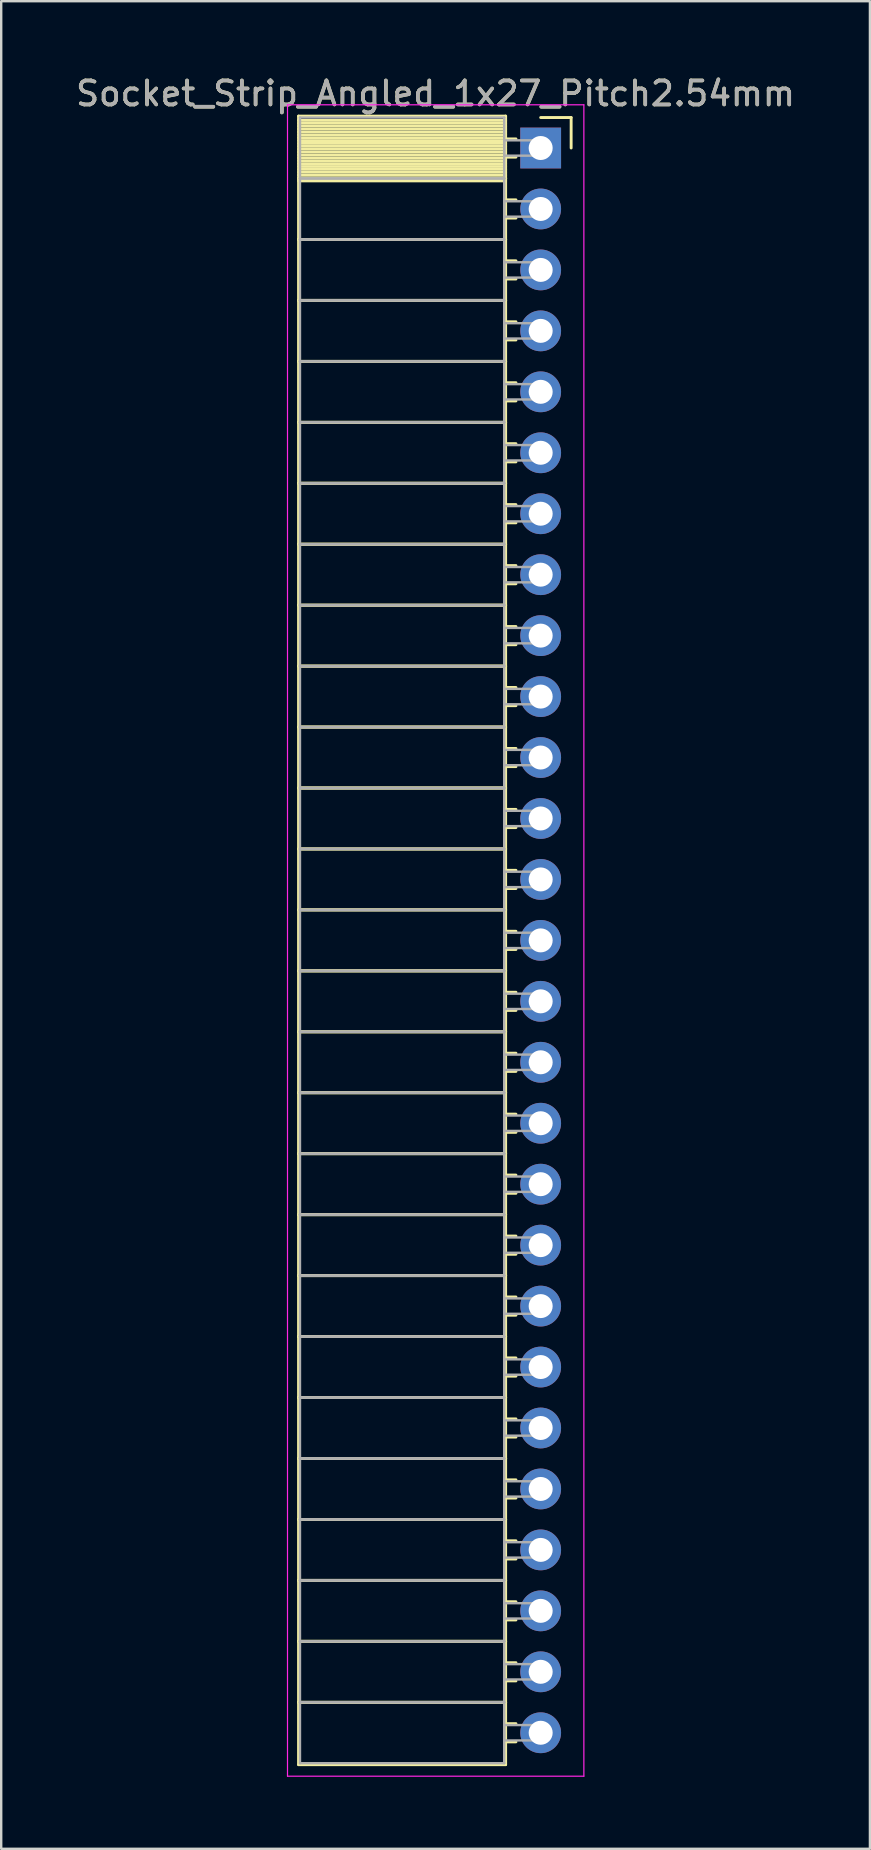
<source format=kicad_pcb>
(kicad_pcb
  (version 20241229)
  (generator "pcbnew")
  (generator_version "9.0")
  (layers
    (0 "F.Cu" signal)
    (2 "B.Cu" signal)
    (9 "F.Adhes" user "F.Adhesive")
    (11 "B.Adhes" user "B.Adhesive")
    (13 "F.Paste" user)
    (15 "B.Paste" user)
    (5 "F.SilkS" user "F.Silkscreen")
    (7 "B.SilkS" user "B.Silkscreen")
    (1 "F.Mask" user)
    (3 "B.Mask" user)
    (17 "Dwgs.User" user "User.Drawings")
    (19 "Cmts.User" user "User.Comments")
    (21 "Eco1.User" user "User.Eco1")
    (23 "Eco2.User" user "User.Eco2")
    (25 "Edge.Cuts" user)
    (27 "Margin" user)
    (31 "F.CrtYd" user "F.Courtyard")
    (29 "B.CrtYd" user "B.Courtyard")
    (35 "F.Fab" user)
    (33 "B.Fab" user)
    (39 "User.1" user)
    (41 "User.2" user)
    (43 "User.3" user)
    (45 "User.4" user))
  (footprint "Socket_Strip_Angled_1x27_Pitch2.54mm"
    (layer "F.Cu")
    (at 19.481 3.118)
    (property "Reference" "Socket_Strip_Angled_1x27_Pitch2.54mm" (at -4.38 -2.27 0) (layer "F.SilkS") (effects (font (size 1 1) (thickness 0.15))))
    (attr through_hole)
    (fp_line (start -10.09 -1.33) (end -1.46 -1.33) (stroke (width 0.12) (type solid)) (layer "F.SilkS"))
    (fp_line (start -10.09 1.27) (end -10.09 -1.33) (stroke (width 0.12) (type solid)) (layer "F.SilkS"))
    (fp_line (start -10.09 1.27) (end -1.46 1.27) (stroke (width 0.12) (type solid)) (layer "F.SilkS"))
    (fp_line (start -10.09 3.81) (end -10.09 1.27) (stroke (width 0.12) (type solid)) (layer "F.SilkS"))
    (fp_line (start -10.09 3.81) (end -1.46 3.81) (stroke (width 0.12) (type solid)) (layer "F.SilkS"))
    (fp_line (start -10.09 6.35) (end -10.09 3.81) (stroke (width 0.12) (type solid)) (layer "F.SilkS"))
    (fp_line (start -10.09 6.35) (end -1.46 6.35) (stroke (width 0.12) (type solid)) (layer "F.SilkS"))
    (fp_line (start -10.09 8.89) (end -10.09 6.35) (stroke (width 0.12) (type solid)) (layer "F.SilkS"))
    (fp_line (start -10.09 8.89) (end -1.46 8.89) (stroke (width 0.12) (type solid)) (layer "F.SilkS"))
    (fp_line (start -10.09 11.43) (end -10.09 8.89) (stroke (width 0.12) (type solid)) (layer "F.SilkS"))
    (fp_line (start -10.09 11.43) (end -1.46 11.43) (stroke (width 0.12) (type solid)) (layer "F.SilkS"))
    (fp_line (start -10.09 13.97) (end -10.09 11.43) (stroke (width 0.12) (type solid)) (layer "F.SilkS"))
    (fp_line (start -10.09 13.97) (end -1.46 13.97) (stroke (width 0.12) (type solid)) (layer "F.SilkS"))
    (fp_line (start -10.09 16.51) (end -10.09 13.97) (stroke (width 0.12) (type solid)) (layer "F.SilkS"))
    (fp_line (start -10.09 16.51) (end -1.46 16.51) (stroke (width 0.12) (type solid)) (layer "F.SilkS"))
    (fp_line (start -10.09 19.05) (end -10.09 16.51) (stroke (width 0.12) (type solid)) (layer "F.SilkS"))
    (fp_line (start -10.09 19.05) (end -1.46 19.05) (stroke (width 0.12) (type solid)) (layer "F.SilkS"))
    (fp_line (start -10.09 21.59) (end -10.09 19.05) (stroke (width 0.12) (type solid)) (layer "F.SilkS"))
    (fp_line (start -10.09 21.59) (end -1.46 21.59) (stroke (width 0.12) (type solid)) (layer "F.SilkS"))
    (fp_line (start -10.09 24.13) (end -10.09 21.59) (stroke (width 0.12) (type solid)) (layer "F.SilkS"))
    (fp_line (start -10.09 24.13) (end -1.46 24.13) (stroke (width 0.12) (type solid)) (layer "F.SilkS"))
    (fp_line (start -10.09 26.67) (end -10.09 24.13) (stroke (width 0.12) (type solid)) (layer "F.SilkS"))
    (fp_line (start -10.09 26.67) (end -1.46 26.67) (stroke (width 0.12) (type solid)) (layer "F.SilkS"))
    (fp_line (start -10.09 29.21) (end -10.09 26.67) (stroke (width 0.12) (type solid)) (layer "F.SilkS"))
    (fp_line (start -10.09 29.21) (end -1.46 29.21) (stroke (width 0.12) (type solid)) (layer "F.SilkS"))
    (fp_line (start -10.09 31.75) (end -10.09 29.21) (stroke (width 0.12) (type solid)) (layer "F.SilkS"))
    (fp_line (start -10.09 31.75) (end -1.46 31.75) (stroke (width 0.12) (type solid)) (layer "F.SilkS"))
    (fp_line (start -10.09 34.29) (end -10.09 31.75) (stroke (width 0.12) (type solid)) (layer "F.SilkS"))
    (fp_line (start -10.09 34.29) (end -1.46 34.29) (stroke (width 0.12) (type solid)) (layer "F.SilkS"))
    (fp_line (start -10.09 36.83) (end -10.09 34.29) (stroke (width 0.12) (type solid)) (layer "F.SilkS"))
    (fp_line (start -10.09 36.83) (end -1.46 36.83) (stroke (width 0.12) (type solid)) (layer "F.SilkS"))
    (fp_line (start -10.09 39.37) (end -10.09 36.83) (stroke (width 0.12) (type solid)) (layer "F.SilkS"))
    (fp_line (start -10.09 39.37) (end -1.46 39.37) (stroke (width 0.12) (type solid)) (layer "F.SilkS"))
    (fp_line (start -10.09 41.91) (end -10.09 39.37) (stroke (width 0.12) (type solid)) (layer "F.SilkS"))
    (fp_line (start -10.09 41.91) (end -1.46 41.91) (stroke (width 0.12) (type solid)) (layer "F.SilkS"))
    (fp_line (start -10.09 44.45) (end -10.09 41.91) (stroke (width 0.12) (type solid)) (layer "F.SilkS"))
    (fp_line (start -10.09 44.45) (end -1.46 44.45) (stroke (width 0.12) (type solid)) (layer "F.SilkS"))
    (fp_line (start -10.09 46.99) (end -10.09 44.45) (stroke (width 0.12) (type solid)) (layer "F.SilkS"))
    (fp_line (start -10.09 46.99) (end -1.46 46.99) (stroke (width 0.12) (type solid)) (layer "F.SilkS"))
    (fp_line (start -10.09 49.53) (end -10.09 46.99) (stroke (width 0.12) (type solid)) (layer "F.SilkS"))
    (fp_line (start -10.09 49.53) (end -1.46 49.53) (stroke (width 0.12) (type solid)) (layer "F.SilkS"))
    (fp_line (start -10.09 52.07) (end -10.09 49.53) (stroke (width 0.12) (type solid)) (layer "F.SilkS"))
    (fp_line (start -10.09 52.07) (end -1.46 52.07) (stroke (width 0.12) (type solid)) (layer "F.SilkS"))
    (fp_line (start -10.09 54.61) (end -10.09 52.07) (stroke (width 0.12) (type solid)) (layer "F.SilkS"))
    (fp_line (start -10.09 54.61) (end -1.46 54.61) (stroke (width 0.12) (type solid)) (layer "F.SilkS"))
    (fp_line (start -10.09 57.15) (end -10.09 54.61) (stroke (width 0.12) (type solid)) (layer "F.SilkS"))
    (fp_line (start -10.09 57.15) (end -1.46 57.15) (stroke (width 0.12) (type solid)) (layer "F.SilkS"))
    (fp_line (start -10.09 59.69) (end -10.09 57.15) (stroke (width 0.12) (type solid)) (layer "F.SilkS"))
    (fp_line (start -10.09 59.69) (end -1.46 59.69) (stroke (width 0.12) (type solid)) (layer "F.SilkS"))
    (fp_line (start -10.09 62.23) (end -10.09 59.69) (stroke (width 0.12) (type solid)) (layer "F.SilkS"))
    (fp_line (start -10.09 62.23) (end -1.46 62.23) (stroke (width 0.12) (type solid)) (layer "F.SilkS"))
    (fp_line (start -10.09 64.77) (end -10.09 62.23) (stroke (width 0.12) (type solid)) (layer "F.SilkS"))
    (fp_line (start -10.09 64.77) (end -1.46 64.77) (stroke (width 0.12) (type solid)) (layer "F.SilkS"))
    (fp_line (start -10.09 67.37) (end -10.09 64.77) (stroke (width 0.12) (type solid)) (layer "F.SilkS"))
    (fp_line (start -1.46 -1.33) (end -1.46 1.27) (stroke (width 0.12) (type solid)) (layer "F.SilkS"))
    (fp_line (start -1.46 -1.15) (end -10.09 -1.15) (stroke (width 0.12) (type solid)) (layer "F.SilkS"))
    (fp_line (start -1.46 -1.03) (end -10.09 -1.03) (stroke (width 0.12) (type solid)) (layer "F.SilkS"))
    (fp_line (start -1.46 -0.91) (end -10.09 -0.91) (stroke (width 0.12) (type solid)) (layer "F.SilkS"))
    (fp_line (start -1.46 -0.79) (end -10.09 -0.79) (stroke (width 0.12) (type solid)) (layer "F.SilkS"))
    (fp_line (start -1.46 -0.67) (end -10.09 -0.67) (stroke (width 0.12) (type solid)) (layer "F.SilkS"))
    (fp_line (start -1.46 -0.55) (end -10.09 -0.55) (stroke (width 0.12) (type solid)) (layer "F.SilkS"))
    (fp_line (start -1.46 -0.43) (end -10.09 -0.43) (stroke (width 0.12) (type solid)) (layer "F.SilkS"))
    (fp_line (start -1.46 -0.31) (end -10.09 -0.31) (stroke (width 0.12) (type solid)) (layer "F.SilkS"))
    (fp_line (start -1.46 -0.19) (end -10.09 -0.19) (stroke (width 0.12) (type solid)) (layer "F.SilkS"))
    (fp_line (start -1.46 -0.07) (end -10.09 -0.07) (stroke (width 0.12) (type solid)) (layer "F.SilkS"))
    (fp_line (start -1.46 0.05) (end -10.09 0.05) (stroke (width 0.12) (type solid)) (layer "F.SilkS"))
    (fp_line (start -1.46 0.17) (end -10.09 0.17) (stroke (width 0.12) (type solid)) (layer "F.SilkS"))
    (fp_line (start -1.46 0.29) (end -10.09 0.29) (stroke (width 0.12) (type solid)) (layer "F.SilkS"))
    (fp_line (start -1.46 0.41) (end -10.09 0.41) (stroke (width 0.12) (type solid)) (layer "F.SilkS"))
    (fp_line (start -1.46 0.53) (end -10.09 0.53) (stroke (width 0.12) (type solid)) (layer "F.SilkS"))
    (fp_line (start -1.46 0.65) (end -10.09 0.65) (stroke (width 0.12) (type solid)) (layer "F.SilkS"))
    (fp_line (start -1.46 0.77) (end -10.09 0.77) (stroke (width 0.12) (type solid)) (layer "F.SilkS"))
    (fp_line (start -1.46 0.89) (end -10.09 0.89) (stroke (width 0.12) (type solid)) (layer "F.SilkS"))
    (fp_line (start -1.46 1.01) (end -10.09 1.01) (stroke (width 0.12) (type solid)) (layer "F.SilkS"))
    (fp_line (start -1.46 1.13) (end -10.09 1.13) (stroke (width 0.12) (type solid)) (layer "F.SilkS"))
    (fp_line (start -1.46 1.25) (end -10.09 1.25) (stroke (width 0.12) (type solid)) (layer "F.SilkS"))
    (fp_line (start -1.46 1.27) (end -10.09 1.27) (stroke (width 0.12) (type solid)) (layer "F.SilkS"))
    (fp_line (start -1.46 1.27) (end -1.46 3.81) (stroke (width 0.12) (type solid)) (layer "F.SilkS"))
    (fp_line (start -1.46 1.37) (end -10.09 1.37) (stroke (width 0.12) (type solid)) (layer "F.SilkS"))
    (fp_line (start -1.46 3.81) (end -10.09 3.81) (stroke (width 0.12) (type solid)) (layer "F.SilkS"))
    (fp_line (start -1.46 3.81) (end -1.46 6.35) (stroke (width 0.12) (type solid)) (layer "F.SilkS"))
    (fp_line (start -1.46 6.35) (end -10.09 6.35) (stroke (width 0.12) (type solid)) (layer "F.SilkS"))
    (fp_line (start -1.46 6.35) (end -1.46 8.89) (stroke (width 0.12) (type solid)) (layer "F.SilkS"))
    (fp_line (start -1.46 8.89) (end -10.09 8.89) (stroke (width 0.12) (type solid)) (layer "F.SilkS"))
    (fp_line (start -1.46 8.89) (end -1.46 11.43) (stroke (width 0.12) (type solid)) (layer "F.SilkS"))
    (fp_line (start -1.46 11.43) (end -10.09 11.43) (stroke (width 0.12) (type solid)) (layer "F.SilkS"))
    (fp_line (start -1.46 11.43) (end -1.46 13.97) (stroke (width 0.12) (type solid)) (layer "F.SilkS"))
    (fp_line (start -1.46 13.97) (end -10.09 13.97) (stroke (width 0.12) (type solid)) (layer "F.SilkS"))
    (fp_line (start -1.46 13.97) (end -1.46 16.51) (stroke (width 0.12) (type solid)) (layer "F.SilkS"))
    (fp_line (start -1.46 16.51) (end -10.09 16.51) (stroke (width 0.12) (type solid)) (layer "F.SilkS"))
    (fp_line (start -1.46 16.51) (end -1.46 19.05) (stroke (width 0.12) (type solid)) (layer "F.SilkS"))
    (fp_line (start -1.46 19.05) (end -10.09 19.05) (stroke (width 0.12) (type solid)) (layer "F.SilkS"))
    (fp_line (start -1.46 19.05) (end -1.46 21.59) (stroke (width 0.12) (type solid)) (layer "F.SilkS"))
    (fp_line (start -1.46 21.59) (end -10.09 21.59) (stroke (width 0.12) (type solid)) (layer "F.SilkS"))
    (fp_line (start -1.46 21.59) (end -1.46 24.13) (stroke (width 0.12) (type solid)) (layer "F.SilkS"))
    (fp_line (start -1.46 24.13) (end -10.09 24.13) (stroke (width 0.12) (type solid)) (layer "F.SilkS"))
    (fp_line (start -1.46 24.13) (end -1.46 26.67) (stroke (width 0.12) (type solid)) (layer "F.SilkS"))
    (fp_line (start -1.46 26.67) (end -10.09 26.67) (stroke (width 0.12) (type solid)) (layer "F.SilkS"))
    (fp_line (start -1.46 26.67) (end -1.46 29.21) (stroke (width 0.12) (type solid)) (layer "F.SilkS"))
    (fp_line (start -1.46 29.21) (end -10.09 29.21) (stroke (width 0.12) (type solid)) (layer "F.SilkS"))
    (fp_line (start -1.46 29.21) (end -1.46 31.75) (stroke (width 0.12) (type solid)) (layer "F.SilkS"))
    (fp_line (start -1.46 31.75) (end -10.09 31.75) (stroke (width 0.12) (type solid)) (layer "F.SilkS"))
    (fp_line (start -1.46 31.75) (end -1.46 34.29) (stroke (width 0.12) (type solid)) (layer "F.SilkS"))
    (fp_line (start -1.46 34.29) (end -10.09 34.29) (stroke (width 0.12) (type solid)) (layer "F.SilkS"))
    (fp_line (start -1.46 34.29) (end -1.46 36.83) (stroke (width 0.12) (type solid)) (layer "F.SilkS"))
    (fp_line (start -1.46 36.83) (end -10.09 36.83) (stroke (width 0.12) (type solid)) (layer "F.SilkS"))
    (fp_line (start -1.46 36.83) (end -1.46 39.37) (stroke (width 0.12) (type solid)) (layer "F.SilkS"))
    (fp_line (start -1.46 39.37) (end -10.09 39.37) (stroke (width 0.12) (type solid)) (layer "F.SilkS"))
    (fp_line (start -1.46 39.37) (end -1.46 41.91) (stroke (width 0.12) (type solid)) (layer "F.SilkS"))
    (fp_line (start -1.46 41.91) (end -10.09 41.91) (stroke (width 0.12) (type solid)) (layer "F.SilkS"))
    (fp_line (start -1.46 41.91) (end -1.46 44.45) (stroke (width 0.12) (type solid)) (layer "F.SilkS"))
    (fp_line (start -1.46 44.45) (end -10.09 44.45) (stroke (width 0.12) (type solid)) (layer "F.SilkS"))
    (fp_line (start -1.46 44.45) (end -1.46 46.99) (stroke (width 0.12) (type solid)) (layer "F.SilkS"))
    (fp_line (start -1.46 46.99) (end -10.09 46.99) (stroke (width 0.12) (type solid)) (layer "F.SilkS"))
    (fp_line (start -1.46 46.99) (end -1.46 49.53) (stroke (width 0.12) (type solid)) (layer "F.SilkS"))
    (fp_line (start -1.46 49.53) (end -10.09 49.53) (stroke (width 0.12) (type solid)) (layer "F.SilkS"))
    (fp_line (start -1.46 49.53) (end -1.46 52.07) (stroke (width 0.12) (type solid)) (layer "F.SilkS"))
    (fp_line (start -1.46 52.07) (end -10.09 52.07) (stroke (width 0.12) (type solid)) (layer "F.SilkS"))
    (fp_line (start -1.46 52.07) (end -1.46 54.61) (stroke (width 0.12) (type solid)) (layer "F.SilkS"))
    (fp_line (start -1.46 54.61) (end -10.09 54.61) (stroke (width 0.12) (type solid)) (layer "F.SilkS"))
    (fp_line (start -1.46 54.61) (end -1.46 57.15) (stroke (width 0.12) (type solid)) (layer "F.SilkS"))
    (fp_line (start -1.46 57.15) (end -10.09 57.15) (stroke (width 0.12) (type solid)) (layer "F.SilkS"))
    (fp_line (start -1.46 57.15) (end -1.46 59.69) (stroke (width 0.12) (type solid)) (layer "F.SilkS"))
    (fp_line (start -1.46 59.69) (end -10.09 59.69) (stroke (width 0.12) (type solid)) (layer "F.SilkS"))
    (fp_line (start -1.46 59.69) (end -1.46 62.23) (stroke (width 0.12) (type solid)) (layer "F.SilkS"))
    (fp_line (start -1.46 62.23) (end -10.09 62.23) (stroke (width 0.12) (type solid)) (layer "F.SilkS"))
    (fp_line (start -1.46 62.23) (end -1.46 64.77) (stroke (width 0.12) (type solid)) (layer "F.SilkS"))
    (fp_line (start -1.46 64.77) (end -10.09 64.77) (stroke (width 0.12) (type solid)) (layer "F.SilkS"))
    (fp_line (start -1.46 64.77) (end -1.46 67.37) (stroke (width 0.12) (type solid)) (layer "F.SilkS"))
    (fp_line (start -1.46 67.37) (end -10.09 67.37) (stroke (width 0.12) (type solid)) (layer "F.SilkS"))
    (fp_line (start -1.03 -0.38) (end -1.46 -0.38) (stroke (width 0.12) (type solid)) (layer "F.SilkS"))
    (fp_line (start -1.03 0.38) (end -1.46 0.38) (stroke (width 0.12) (type solid)) (layer "F.SilkS"))
    (fp_line (start -1.03 2.16) (end -1.46 2.16) (stroke (width 0.12) (type solid)) (layer "F.SilkS"))
    (fp_line (start -1.03 2.92) (end -1.46 2.92) (stroke (width 0.12) (type solid)) (layer "F.SilkS"))
    (fp_line (start -1.03 4.7) (end -1.46 4.7) (stroke (width 0.12) (type solid)) (layer "F.SilkS"))
    (fp_line (start -1.03 5.46) (end -1.46 5.46) (stroke (width 0.12) (type solid)) (layer "F.SilkS"))
    (fp_line (start -1.03 7.24) (end -1.46 7.24) (stroke (width 0.12) (type solid)) (layer "F.SilkS"))
    (fp_line (start -1.03 8) (end -1.46 8) (stroke (width 0.12) (type solid)) (layer "F.SilkS"))
    (fp_line (start -1.03 9.78) (end -1.46 9.78) (stroke (width 0.12) (type solid)) (layer "F.SilkS"))
    (fp_line (start -1.03 10.54) (end -1.46 10.54) (stroke (width 0.12) (type solid)) (layer "F.SilkS"))
    (fp_line (start -1.03 12.32) (end -1.46 12.32) (stroke (width 0.12) (type solid)) (layer "F.SilkS"))
    (fp_line (start -1.03 13.08) (end -1.46 13.08) (stroke (width 0.12) (type solid)) (layer "F.SilkS"))
    (fp_line (start -1.03 14.86) (end -1.46 14.86) (stroke (width 0.12) (type solid)) (layer "F.SilkS"))
    (fp_line (start -1.03 15.62) (end -1.46 15.62) (stroke (width 0.12) (type solid)) (layer "F.SilkS"))
    (fp_line (start -1.03 17.4) (end -1.46 17.4) (stroke (width 0.12) (type solid)) (layer "F.SilkS"))
    (fp_line (start -1.03 18.16) (end -1.46 18.16) (stroke (width 0.12) (type solid)) (layer "F.SilkS"))
    (fp_line (start -1.03 19.94) (end -1.46 19.94) (stroke (width 0.12) (type solid)) (layer "F.SilkS"))
    (fp_line (start -1.03 20.7) (end -1.46 20.7) (stroke (width 0.12) (type solid)) (layer "F.SilkS"))
    (fp_line (start -1.03 22.48) (end -1.46 22.48) (stroke (width 0.12) (type solid)) (layer "F.SilkS"))
    (fp_line (start -1.03 23.24) (end -1.46 23.24) (stroke (width 0.12) (type solid)) (layer "F.SilkS"))
    (fp_line (start -1.03 25.02) (end -1.46 25.02) (stroke (width 0.12) (type solid)) (layer "F.SilkS"))
    (fp_line (start -1.03 25.78) (end -1.46 25.78) (stroke (width 0.12) (type solid)) (layer "F.SilkS"))
    (fp_line (start -1.03 27.56) (end -1.46 27.56) (stroke (width 0.12) (type solid)) (layer "F.SilkS"))
    (fp_line (start -1.03 28.32) (end -1.46 28.32) (stroke (width 0.12) (type solid)) (layer "F.SilkS"))
    (fp_line (start -1.03 30.1) (end -1.46 30.1) (stroke (width 0.12) (type solid)) (layer "F.SilkS"))
    (fp_line (start -1.03 30.86) (end -1.46 30.86) (stroke (width 0.12) (type solid)) (layer "F.SilkS"))
    (fp_line (start -1.03 32.64) (end -1.46 32.64) (stroke (width 0.12) (type solid)) (layer "F.SilkS"))
    (fp_line (start -1.03 33.4) (end -1.46 33.4) (stroke (width 0.12) (type solid)) (layer "F.SilkS"))
    (fp_line (start -1.03 35.18) (end -1.46 35.18) (stroke (width 0.12) (type solid)) (layer "F.SilkS"))
    (fp_line (start -1.03 35.94) (end -1.46 35.94) (stroke (width 0.12) (type solid)) (layer "F.SilkS"))
    (fp_line (start -1.03 37.72) (end -1.46 37.72) (stroke (width 0.12) (type solid)) (layer "F.SilkS"))
    (fp_line (start -1.03 38.48) (end -1.46 38.48) (stroke (width 0.12) (type solid)) (layer "F.SilkS"))
    (fp_line (start -1.03 40.26) (end -1.46 40.26) (stroke (width 0.12) (type solid)) (layer "F.SilkS"))
    (fp_line (start -1.03 41.02) (end -1.46 41.02) (stroke (width 0.12) (type solid)) (layer "F.SilkS"))
    (fp_line (start -1.03 42.8) (end -1.46 42.8) (stroke (width 0.12) (type solid)) (layer "F.SilkS"))
    (fp_line (start -1.03 43.56) (end -1.46 43.56) (stroke (width 0.12) (type solid)) (layer "F.SilkS"))
    (fp_line (start -1.03 45.34) (end -1.46 45.34) (stroke (width 0.12) (type solid)) (layer "F.SilkS"))
    (fp_line (start -1.03 46.1) (end -1.46 46.1) (stroke (width 0.12) (type solid)) (layer "F.SilkS"))
    (fp_line (start -1.03 47.88) (end -1.46 47.88) (stroke (width 0.12) (type solid)) (layer "F.SilkS"))
    (fp_line (start -1.03 48.64) (end -1.46 48.64) (stroke (width 0.12) (type solid)) (layer "F.SilkS"))
    (fp_line (start -1.03 50.42) (end -1.46 50.42) (stroke (width 0.12) (type solid)) (layer "F.SilkS"))
    (fp_line (start -1.03 51.18) (end -1.46 51.18) (stroke (width 0.12) (type solid)) (layer "F.SilkS"))
    (fp_line (start -1.03 52.96) (end -1.46 52.96) (stroke (width 0.12) (type solid)) (layer "F.SilkS"))
    (fp_line (start -1.03 53.72) (end -1.46 53.72) (stroke (width 0.12) (type solid)) (layer "F.SilkS"))
    (fp_line (start -1.03 55.5) (end -1.46 55.5) (stroke (width 0.12) (type solid)) (layer "F.SilkS"))
    (fp_line (start -1.03 56.26) (end -1.46 56.26) (stroke (width 0.12) (type solid)) (layer "F.SilkS"))
    (fp_line (start -1.03 58.04) (end -1.46 58.04) (stroke (width 0.12) (type solid)) (layer "F.SilkS"))
    (fp_line (start -1.03 58.8) (end -1.46 58.8) (stroke (width 0.12) (type solid)) (layer "F.SilkS"))
    (fp_line (start -1.03 60.58) (end -1.46 60.58) (stroke (width 0.12) (type solid)) (layer "F.SilkS"))
    (fp_line (start -1.03 61.34) (end -1.46 61.34) (stroke (width 0.12) (type solid)) (layer "F.SilkS"))
    (fp_line (start -1.03 63.12) (end -1.46 63.12) (stroke (width 0.12) (type solid)) (layer "F.SilkS"))
    (fp_line (start -1.03 63.88) (end -1.46 63.88) (stroke (width 0.12) (type solid)) (layer "F.SilkS"))
    (fp_line (start -1.03 65.66) (end -1.46 65.66) (stroke (width 0.12) (type solid)) (layer "F.SilkS"))
    (fp_line (start -1.03 66.42) (end -1.46 66.42) (stroke (width 0.12) (type solid)) (layer "F.SilkS"))
    (fp_line (start 0 -1.27) (end 1.27 -1.27) (stroke (width 0.12) (type solid)) (layer "F.SilkS"))
    (fp_line (start 1.27 -1.27) (end 1.27 0) (stroke (width 0.12) (type solid)) (layer "F.SilkS"))
    (fp_line (start -10.55 -1.8) (end 1.8 -1.8) (stroke (width 0.05) (type solid)) (layer "F.CrtYd"))
    (fp_line (start -10.55 67.85) (end -10.55 -1.8) (stroke (width 0.05) (type solid)) (layer "F.CrtYd"))
    (fp_line (start 1.8 -1.8) (end 1.8 67.85) (stroke (width 0.05) (type solid)) (layer "F.CrtYd"))
    (fp_line (start 1.8 67.85) (end -10.55 67.85) (stroke (width 0.05) (type solid)) (layer "F.CrtYd"))
    (fp_line (start -10.03 -1.27) (end -1.52 -1.27) (stroke (width 0.1) (type solid)) (layer "F.Fab"))
    (fp_line (start -10.03 1.27) (end -10.03 -1.27) (stroke (width 0.1) (type solid)) (layer "F.Fab"))
    (fp_line (start -10.03 1.27) (end -1.52 1.27) (stroke (width 0.1) (type solid)) (layer "F.Fab"))
    (fp_line (start -10.03 3.81) (end -10.03 1.27) (stroke (width 0.1) (type solid)) (layer "F.Fab"))
    (fp_line (start -10.03 3.81) (end -1.52 3.81) (stroke (width 0.1) (type solid)) (layer "F.Fab"))
    (fp_line (start -10.03 6.35) (end -10.03 3.81) (stroke (width 0.1) (type solid)) (layer "F.Fab"))
    (fp_line (start -10.03 6.35) (end -1.52 6.35) (stroke (width 0.1) (type solid)) (layer "F.Fab"))
    (fp_line (start -10.03 8.89) (end -10.03 6.35) (stroke (width 0.1) (type solid)) (layer "F.Fab"))
    (fp_line (start -10.03 8.89) (end -1.52 8.89) (stroke (width 0.1) (type solid)) (layer "F.Fab"))
    (fp_line (start -10.03 11.43) (end -10.03 8.89) (stroke (width 0.1) (type solid)) (layer "F.Fab"))
    (fp_line (start -10.03 11.43) (end -1.52 11.43) (stroke (width 0.1) (type solid)) (layer "F.Fab"))
    (fp_line (start -10.03 13.97) (end -10.03 11.43) (stroke (width 0.1) (type solid)) (layer "F.Fab"))
    (fp_line (start -10.03 13.97) (end -1.52 13.97) (stroke (width 0.1) (type solid)) (layer "F.Fab"))
    (fp_line (start -10.03 16.51) (end -10.03 13.97) (stroke (width 0.1) (type solid)) (layer "F.Fab"))
    (fp_line (start -10.03 16.51) (end -1.52 16.51) (stroke (width 0.1) (type solid)) (layer "F.Fab"))
    (fp_line (start -10.03 19.05) (end -10.03 16.51) (stroke (width 0.1) (type solid)) (layer "F.Fab"))
    (fp_line (start -10.03 19.05) (end -1.52 19.05) (stroke (width 0.1) (type solid)) (layer "F.Fab"))
    (fp_line (start -10.03 21.59) (end -10.03 19.05) (stroke (width 0.1) (type solid)) (layer "F.Fab"))
    (fp_line (start -10.03 21.59) (end -1.52 21.59) (stroke (width 0.1) (type solid)) (layer "F.Fab"))
    (fp_line (start -10.03 24.13) (end -10.03 21.59) (stroke (width 0.1) (type solid)) (layer "F.Fab"))
    (fp_line (start -10.03 24.13) (end -1.52 24.13) (stroke (width 0.1) (type solid)) (layer "F.Fab"))
    (fp_line (start -10.03 26.67) (end -10.03 24.13) (stroke (width 0.1) (type solid)) (layer "F.Fab"))
    (fp_line (start -10.03 26.67) (end -1.52 26.67) (stroke (width 0.1) (type solid)) (layer "F.Fab"))
    (fp_line (start -10.03 29.21) (end -10.03 26.67) (stroke (width 0.1) (type solid)) (layer "F.Fab"))
    (fp_line (start -10.03 29.21) (end -1.52 29.21) (stroke (width 0.1) (type solid)) (layer "F.Fab"))
    (fp_line (start -10.03 31.75) (end -10.03 29.21) (stroke (width 0.1) (type solid)) (layer "F.Fab"))
    (fp_line (start -10.03 31.75) (end -1.52 31.75) (stroke (width 0.1) (type solid)) (layer "F.Fab"))
    (fp_line (start -10.03 34.29) (end -10.03 31.75) (stroke (width 0.1) (type solid)) (layer "F.Fab"))
    (fp_line (start -10.03 34.29) (end -1.52 34.29) (stroke (width 0.1) (type solid)) (layer "F.Fab"))
    (fp_line (start -10.03 36.83) (end -10.03 34.29) (stroke (width 0.1) (type solid)) (layer "F.Fab"))
    (fp_line (start -10.03 36.83) (end -1.52 36.83) (stroke (width 0.1) (type solid)) (layer "F.Fab"))
    (fp_line (start -10.03 39.37) (end -10.03 36.83) (stroke (width 0.1) (type solid)) (layer "F.Fab"))
    (fp_line (start -10.03 39.37) (end -1.52 39.37) (stroke (width 0.1) (type solid)) (layer "F.Fab"))
    (fp_line (start -10.03 41.91) (end -10.03 39.37) (stroke (width 0.1) (type solid)) (layer "F.Fab"))
    (fp_line (start -10.03 41.91) (end -1.52 41.91) (stroke (width 0.1) (type solid)) (layer "F.Fab"))
    (fp_line (start -10.03 44.45) (end -10.03 41.91) (stroke (width 0.1) (type solid)) (layer "F.Fab"))
    (fp_line (start -10.03 44.45) (end -1.52 44.45) (stroke (width 0.1) (type solid)) (layer "F.Fab"))
    (fp_line (start -10.03 46.99) (end -10.03 44.45) (stroke (width 0.1) (type solid)) (layer "F.Fab"))
    (fp_line (start -10.03 46.99) (end -1.52 46.99) (stroke (width 0.1) (type solid)) (layer "F.Fab"))
    (fp_line (start -10.03 49.53) (end -10.03 46.99) (stroke (width 0.1) (type solid)) (layer "F.Fab"))
    (fp_line (start -10.03 49.53) (end -1.52 49.53) (stroke (width 0.1) (type solid)) (layer "F.Fab"))
    (fp_line (start -10.03 52.07) (end -10.03 49.53) (stroke (width 0.1) (type solid)) (layer "F.Fab"))
    (fp_line (start -10.03 52.07) (end -1.52 52.07) (stroke (width 0.1) (type solid)) (layer "F.Fab"))
    (fp_line (start -10.03 54.61) (end -10.03 52.07) (stroke (width 0.1) (type solid)) (layer "F.Fab"))
    (fp_line (start -10.03 54.61) (end -1.52 54.61) (stroke (width 0.1) (type solid)) (layer "F.Fab"))
    (fp_line (start -10.03 57.15) (end -10.03 54.61) (stroke (width 0.1) (type solid)) (layer "F.Fab"))
    (fp_line (start -10.03 57.15) (end -1.52 57.15) (stroke (width 0.1) (type solid)) (layer "F.Fab"))
    (fp_line (start -10.03 59.69) (end -10.03 57.15) (stroke (width 0.1) (type solid)) (layer "F.Fab"))
    (fp_line (start -10.03 59.69) (end -1.52 59.69) (stroke (width 0.1) (type solid)) (layer "F.Fab"))
    (fp_line (start -10.03 62.23) (end -10.03 59.69) (stroke (width 0.1) (type solid)) (layer "F.Fab"))
    (fp_line (start -10.03 62.23) (end -1.52 62.23) (stroke (width 0.1) (type solid)) (layer "F.Fab"))
    (fp_line (start -10.03 64.77) (end -10.03 62.23) (stroke (width 0.1) (type solid)) (layer "F.Fab"))
    (fp_line (start -10.03 64.77) (end -1.52 64.77) (stroke (width 0.1) (type solid)) (layer "F.Fab"))
    (fp_line (start -10.03 67.31) (end -10.03 64.77) (stroke (width 0.1) (type solid)) (layer "F.Fab"))
    (fp_line (start -1.52 -1.27) (end -1.52 1.27) (stroke (width 0.1) (type solid)) (layer "F.Fab"))
    (fp_line (start -1.52 -0.32) (end 0 -0.32) (stroke (width 0.1) (type solid)) (layer "F.Fab"))
    (fp_line (start -1.52 0.32) (end -1.52 -0.32) (stroke (width 0.1) (type solid)) (layer "F.Fab"))
    (fp_line (start -1.52 1.27) (end -10.03 1.27) (stroke (width 0.1) (type solid)) (layer "F.Fab"))
    (fp_line (start -1.52 1.27) (end -1.52 3.81) (stroke (width 0.1) (type solid)) (layer "F.Fab"))
    (fp_line (start -1.52 2.22) (end 0 2.22) (stroke (width 0.1) (type solid)) (layer "F.Fab"))
    (fp_line (start -1.52 2.86) (end -1.52 2.22) (stroke (width 0.1) (type solid)) (layer "F.Fab"))
    (fp_line (start -1.52 3.81) (end -10.03 3.81) (stroke (width 0.1) (type solid)) (layer "F.Fab"))
    (fp_line (start -1.52 3.81) (end -1.52 6.35) (stroke (width 0.1) (type solid)) (layer "F.Fab"))
    (fp_line (start -1.52 4.76) (end 0 4.76) (stroke (width 0.1) (type solid)) (layer "F.Fab"))
    (fp_line (start -1.52 5.4) (end -1.52 4.76) (stroke (width 0.1) (type solid)) (layer "F.Fab"))
    (fp_line (start -1.52 6.35) (end -10.03 6.35) (stroke (width 0.1) (type solid)) (layer "F.Fab"))
    (fp_line (start -1.52 6.35) (end -1.52 8.89) (stroke (width 0.1) (type solid)) (layer "F.Fab"))
    (fp_line (start -1.52 7.3) (end 0 7.3) (stroke (width 0.1) (type solid)) (layer "F.Fab"))
    (fp_line (start -1.52 7.94) (end -1.52 7.3) (stroke (width 0.1) (type solid)) (layer "F.Fab"))
    (fp_line (start -1.52 8.89) (end -10.03 8.89) (stroke (width 0.1) (type solid)) (layer "F.Fab"))
    (fp_line (start -1.52 8.89) (end -1.52 11.43) (stroke (width 0.1) (type solid)) (layer "F.Fab"))
    (fp_line (start -1.52 9.84) (end 0 9.84) (stroke (width 0.1) (type solid)) (layer "F.Fab"))
    (fp_line (start -1.52 10.48) (end -1.52 9.84) (stroke (width 0.1) (type solid)) (layer "F.Fab"))
    (fp_line (start -1.52 11.43) (end -10.03 11.43) (stroke (width 0.1) (type solid)) (layer "F.Fab"))
    (fp_line (start -1.52 11.43) (end -1.52 13.97) (stroke (width 0.1) (type solid)) (layer "F.Fab"))
    (fp_line (start -1.52 12.38) (end 0 12.38) (stroke (width 0.1) (type solid)) (layer "F.Fab"))
    (fp_line (start -1.52 13.02) (end -1.52 12.38) (stroke (width 0.1) (type solid)) (layer "F.Fab"))
    (fp_line (start -1.52 13.97) (end -10.03 13.97) (stroke (width 0.1) (type solid)) (layer "F.Fab"))
    (fp_line (start -1.52 13.97) (end -1.52 16.51) (stroke (width 0.1) (type solid)) (layer "F.Fab"))
    (fp_line (start -1.52 14.92) (end 0 14.92) (stroke (width 0.1) (type solid)) (layer "F.Fab"))
    (fp_line (start -1.52 15.56) (end -1.52 14.92) (stroke (width 0.1) (type solid)) (layer "F.Fab"))
    (fp_line (start -1.52 16.51) (end -10.03 16.51) (stroke (width 0.1) (type solid)) (layer "F.Fab"))
    (fp_line (start -1.52 16.51) (end -1.52 19.05) (stroke (width 0.1) (type solid)) (layer "F.Fab"))
    (fp_line (start -1.52 17.46) (end 0 17.46) (stroke (width 0.1) (type solid)) (layer "F.Fab"))
    (fp_line (start -1.52 18.1) (end -1.52 17.46) (stroke (width 0.1) (type solid)) (layer "F.Fab"))
    (fp_line (start -1.52 19.05) (end -10.03 19.05) (stroke (width 0.1) (type solid)) (layer "F.Fab"))
    (fp_line (start -1.52 19.05) (end -1.52 21.59) (stroke (width 0.1) (type solid)) (layer "F.Fab"))
    (fp_line (start -1.52 20) (end 0 20) (stroke (width 0.1) (type solid)) (layer "F.Fab"))
    (fp_line (start -1.52 20.64) (end -1.52 20) (stroke (width 0.1) (type solid)) (layer "F.Fab"))
    (fp_line (start -1.52 21.59) (end -10.03 21.59) (stroke (width 0.1) (type solid)) (layer "F.Fab"))
    (fp_line (start -1.52 21.59) (end -1.52 24.13) (stroke (width 0.1) (type solid)) (layer "F.Fab"))
    (fp_line (start -1.52 22.54) (end 0 22.54) (stroke (width 0.1) (type solid)) (layer "F.Fab"))
    (fp_line (start -1.52 23.18) (end -1.52 22.54) (stroke (width 0.1) (type solid)) (layer "F.Fab"))
    (fp_line (start -1.52 24.13) (end -10.03 24.13) (stroke (width 0.1) (type solid)) (layer "F.Fab"))
    (fp_line (start -1.52 24.13) (end -1.52 26.67) (stroke (width 0.1) (type solid)) (layer "F.Fab"))
    (fp_line (start -1.52 25.08) (end 0 25.08) (stroke (width 0.1) (type solid)) (layer "F.Fab"))
    (fp_line (start -1.52 25.72) (end -1.52 25.08) (stroke (width 0.1) (type solid)) (layer "F.Fab"))
    (fp_line (start -1.52 26.67) (end -10.03 26.67) (stroke (width 0.1) (type solid)) (layer "F.Fab"))
    (fp_line (start -1.52 26.67) (end -1.52 29.21) (stroke (width 0.1) (type solid)) (layer "F.Fab"))
    (fp_line (start -1.52 27.62) (end 0 27.62) (stroke (width 0.1) (type solid)) (layer "F.Fab"))
    (fp_line (start -1.52 28.26) (end -1.52 27.62) (stroke (width 0.1) (type solid)) (layer "F.Fab"))
    (fp_line (start -1.52 29.21) (end -10.03 29.21) (stroke (width 0.1) (type solid)) (layer "F.Fab"))
    (fp_line (start -1.52 29.21) (end -1.52 31.75) (stroke (width 0.1) (type solid)) (layer "F.Fab"))
    (fp_line (start -1.52 30.16) (end 0 30.16) (stroke (width 0.1) (type solid)) (layer "F.Fab"))
    (fp_line (start -1.52 30.8) (end -1.52 30.16) (stroke (width 0.1) (type solid)) (layer "F.Fab"))
    (fp_line (start -1.52 31.75) (end -10.03 31.75) (stroke (width 0.1) (type solid)) (layer "F.Fab"))
    (fp_line (start -1.52 31.75) (end -1.52 34.29) (stroke (width 0.1) (type solid)) (layer "F.Fab"))
    (fp_line (start -1.52 32.7) (end 0 32.7) (stroke (width 0.1) (type solid)) (layer "F.Fab"))
    (fp_line (start -1.52 33.34) (end -1.52 32.7) (stroke (width 0.1) (type solid)) (layer "F.Fab"))
    (fp_line (start -1.52 34.29) (end -10.03 34.29) (stroke (width 0.1) (type solid)) (layer "F.Fab"))
    (fp_line (start -1.52 34.29) (end -1.52 36.83) (stroke (width 0.1) (type solid)) (layer "F.Fab"))
    (fp_line (start -1.52 35.24) (end 0 35.24) (stroke (width 0.1) (type solid)) (layer "F.Fab"))
    (fp_line (start -1.52 35.88) (end -1.52 35.24) (stroke (width 0.1) (type solid)) (layer "F.Fab"))
    (fp_line (start -1.52 36.83) (end -10.03 36.83) (stroke (width 0.1) (type solid)) (layer "F.Fab"))
    (fp_line (start -1.52 36.83) (end -1.52 39.37) (stroke (width 0.1) (type solid)) (layer "F.Fab"))
    (fp_line (start -1.52 37.78) (end 0 37.78) (stroke (width 0.1) (type solid)) (layer "F.Fab"))
    (fp_line (start -1.52 38.42) (end -1.52 37.78) (stroke (width 0.1) (type solid)) (layer "F.Fab"))
    (fp_line (start -1.52 39.37) (end -10.03 39.37) (stroke (width 0.1) (type solid)) (layer "F.Fab"))
    (fp_line (start -1.52 39.37) (end -1.52 41.91) (stroke (width 0.1) (type solid)) (layer "F.Fab"))
    (fp_line (start -1.52 40.32) (end 0 40.32) (stroke (width 0.1) (type solid)) (layer "F.Fab"))
    (fp_line (start -1.52 40.96) (end -1.52 40.32) (stroke (width 0.1) (type solid)) (layer "F.Fab"))
    (fp_line (start -1.52 41.91) (end -10.03 41.91) (stroke (width 0.1) (type solid)) (layer "F.Fab"))
    (fp_line (start -1.52 41.91) (end -1.52 44.45) (stroke (width 0.1) (type solid)) (layer "F.Fab"))
    (fp_line (start -1.52 42.86) (end 0 42.86) (stroke (width 0.1) (type solid)) (layer "F.Fab"))
    (fp_line (start -1.52 43.5) (end -1.52 42.86) (stroke (width 0.1) (type solid)) (layer "F.Fab"))
    (fp_line (start -1.52 44.45) (end -10.03 44.45) (stroke (width 0.1) (type solid)) (layer "F.Fab"))
    (fp_line (start -1.52 44.45) (end -1.52 46.99) (stroke (width 0.1) (type solid)) (layer "F.Fab"))
    (fp_line (start -1.52 45.4) (end 0 45.4) (stroke (width 0.1) (type solid)) (layer "F.Fab"))
    (fp_line (start -1.52 46.04) (end -1.52 45.4) (stroke (width 0.1) (type solid)) (layer "F.Fab"))
    (fp_line (start -1.52 46.99) (end -10.03 46.99) (stroke (width 0.1) (type solid)) (layer "F.Fab"))
    (fp_line (start -1.52 46.99) (end -1.52 49.53) (stroke (width 0.1) (type solid)) (layer "F.Fab"))
    (fp_line (start -1.52 47.94) (end 0 47.94) (stroke (width 0.1) (type solid)) (layer "F.Fab"))
    (fp_line (start -1.52 48.58) (end -1.52 47.94) (stroke (width 0.1) (type solid)) (layer "F.Fab"))
    (fp_line (start -1.52 49.53) (end -10.03 49.53) (stroke (width 0.1) (type solid)) (layer "F.Fab"))
    (fp_line (start -1.52 49.53) (end -1.52 52.07) (stroke (width 0.1) (type solid)) (layer "F.Fab"))
    (fp_line (start -1.52 50.48) (end 0 50.48) (stroke (width 0.1) (type solid)) (layer "F.Fab"))
    (fp_line (start -1.52 51.12) (end -1.52 50.48) (stroke (width 0.1) (type solid)) (layer "F.Fab"))
    (fp_line (start -1.52 52.07) (end -10.03 52.07) (stroke (width 0.1) (type solid)) (layer "F.Fab"))
    (fp_line (start -1.52 52.07) (end -1.52 54.61) (stroke (width 0.1) (type solid)) (layer "F.Fab"))
    (fp_line (start -1.52 53.02) (end 0 53.02) (stroke (width 0.1) (type solid)) (layer "F.Fab"))
    (fp_line (start -1.52 53.66) (end -1.52 53.02) (stroke (width 0.1) (type solid)) (layer "F.Fab"))
    (fp_line (start -1.52 54.61) (end -10.03 54.61) (stroke (width 0.1) (type solid)) (layer "F.Fab"))
    (fp_line (start -1.52 54.61) (end -1.52 57.15) (stroke (width 0.1) (type solid)) (layer "F.Fab"))
    (fp_line (start -1.52 55.56) (end 0 55.56) (stroke (width 0.1) (type solid)) (layer "F.Fab"))
    (fp_line (start -1.52 56.2) (end -1.52 55.56) (stroke (width 0.1) (type solid)) (layer "F.Fab"))
    (fp_line (start -1.52 57.15) (end -10.03 57.15) (stroke (width 0.1) (type solid)) (layer "F.Fab"))
    (fp_line (start -1.52 57.15) (end -1.52 59.69) (stroke (width 0.1) (type solid)) (layer "F.Fab"))
    (fp_line (start -1.52 58.1) (end 0 58.1) (stroke (width 0.1) (type solid)) (layer "F.Fab"))
    (fp_line (start -1.52 58.74) (end -1.52 58.1) (stroke (width 0.1) (type solid)) (layer "F.Fab"))
    (fp_line (start -1.52 59.69) (end -10.03 59.69) (stroke (width 0.1) (type solid)) (layer "F.Fab"))
    (fp_line (start -1.52 59.69) (end -1.52 62.23) (stroke (width 0.1) (type solid)) (layer "F.Fab"))
    (fp_line (start -1.52 60.64) (end 0 60.64) (stroke (width 0.1) (type solid)) (layer "F.Fab"))
    (fp_line (start -1.52 61.28) (end -1.52 60.64) (stroke (width 0.1) (type solid)) (layer "F.Fab"))
    (fp_line (start -1.52 62.23) (end -10.03 62.23) (stroke (width 0.1) (type solid)) (layer "F.Fab"))
    (fp_line (start -1.52 62.23) (end -1.52 64.77) (stroke (width 0.1) (type solid)) (layer "F.Fab"))
    (fp_line (start -1.52 63.18) (end 0 63.18) (stroke (width 0.1) (type solid)) (layer "F.Fab"))
    (fp_line (start -1.52 63.82) (end -1.52 63.18) (stroke (width 0.1) (type solid)) (layer "F.Fab"))
    (fp_line (start -1.52 64.77) (end -10.03 64.77) (stroke (width 0.1) (type solid)) (layer "F.Fab"))
    (fp_line (start -1.52 64.77) (end -1.52 67.31) (stroke (width 0.1) (type solid)) (layer "F.Fab"))
    (fp_line (start -1.52 65.72) (end 0 65.72) (stroke (width 0.1) (type solid)) (layer "F.Fab"))
    (fp_line (start -1.52 66.36) (end -1.52 65.72) (stroke (width 0.1) (type solid)) (layer "F.Fab"))
    (fp_line (start -1.52 67.31) (end -10.03 67.31) (stroke (width 0.1) (type solid)) (layer "F.Fab"))
    (fp_line (start 0 -0.32) (end 0 0.32) (stroke (width 0.1) (type solid)) (layer "F.Fab"))
    (fp_line (start 0 0.32) (end -1.52 0.32) (stroke (width 0.1) (type solid)) (layer "F.Fab"))
    (fp_line (start 0 2.22) (end 0 2.86) (stroke (width 0.1) (type solid)) (layer "F.Fab"))
    (fp_line (start 0 2.86) (end -1.52 2.86) (stroke (width 0.1) (type solid)) (layer "F.Fab"))
    (fp_line (start 0 4.76) (end 0 5.4) (stroke (width 0.1) (type solid)) (layer "F.Fab"))
    (fp_line (start 0 5.4) (end -1.52 5.4) (stroke (width 0.1) (type solid)) (layer "F.Fab"))
    (fp_line (start 0 7.3) (end 0 7.94) (stroke (width 0.1) (type solid)) (layer "F.Fab"))
    (fp_line (start 0 7.94) (end -1.52 7.94) (stroke (width 0.1) (type solid)) (layer "F.Fab"))
    (fp_line (start 0 9.84) (end 0 10.48) (stroke (width 0.1) (type solid)) (layer "F.Fab"))
    (fp_line (start 0 10.48) (end -1.52 10.48) (stroke (width 0.1) (type solid)) (layer "F.Fab"))
    (fp_line (start 0 12.38) (end 0 13.02) (stroke (width 0.1) (type solid)) (layer "F.Fab"))
    (fp_line (start 0 13.02) (end -1.52 13.02) (stroke (width 0.1) (type solid)) (layer "F.Fab"))
    (fp_line (start 0 14.92) (end 0 15.56) (stroke (width 0.1) (type solid)) (layer "F.Fab"))
    (fp_line (start 0 15.56) (end -1.52 15.56) (stroke (width 0.1) (type solid)) (layer "F.Fab"))
    (fp_line (start 0 17.46) (end 0 18.1) (stroke (width 0.1) (type solid)) (layer "F.Fab"))
    (fp_line (start 0 18.1) (end -1.52 18.1) (stroke (width 0.1) (type solid)) (layer "F.Fab"))
    (fp_line (start 0 20) (end 0 20.64) (stroke (width 0.1) (type solid)) (layer "F.Fab"))
    (fp_line (start 0 20.64) (end -1.52 20.64) (stroke (width 0.1) (type solid)) (layer "F.Fab"))
    (fp_line (start 0 22.54) (end 0 23.18) (stroke (width 0.1) (type solid)) (layer "F.Fab"))
    (fp_line (start 0 23.18) (end -1.52 23.18) (stroke (width 0.1) (type solid)) (layer "F.Fab"))
    (fp_line (start 0 25.08) (end 0 25.72) (stroke (width 0.1) (type solid)) (layer "F.Fab"))
    (fp_line (start 0 25.72) (end -1.52 25.72) (stroke (width 0.1) (type solid)) (layer "F.Fab"))
    (fp_line (start 0 27.62) (end 0 28.26) (stroke (width 0.1) (type solid)) (layer "F.Fab"))
    (fp_line (start 0 28.26) (end -1.52 28.26) (stroke (width 0.1) (type solid)) (layer "F.Fab"))
    (fp_line (start 0 30.16) (end 0 30.8) (stroke (width 0.1) (type solid)) (layer "F.Fab"))
    (fp_line (start 0 30.8) (end -1.52 30.8) (stroke (width 0.1) (type solid)) (layer "F.Fab"))
    (fp_line (start 0 32.7) (end 0 33.34) (stroke (width 0.1) (type solid)) (layer "F.Fab"))
    (fp_line (start 0 33.34) (end -1.52 33.34) (stroke (width 0.1) (type solid)) (layer "F.Fab"))
    (fp_line (start 0 35.24) (end 0 35.88) (stroke (width 0.1) (type solid)) (layer "F.Fab"))
    (fp_line (start 0 35.88) (end -1.52 35.88) (stroke (width 0.1) (type solid)) (layer "F.Fab"))
    (fp_line (start 0 37.78) (end 0 38.42) (stroke (width 0.1) (type solid)) (layer "F.Fab"))
    (fp_line (start 0 38.42) (end -1.52 38.42) (stroke (width 0.1) (type solid)) (layer "F.Fab"))
    (fp_line (start 0 40.32) (end 0 40.96) (stroke (width 0.1) (type solid)) (layer "F.Fab"))
    (fp_line (start 0 40.96) (end -1.52 40.96) (stroke (width 0.1) (type solid)) (layer "F.Fab"))
    (fp_line (start 0 42.86) (end 0 43.5) (stroke (width 0.1) (type solid)) (layer "F.Fab"))
    (fp_line (start 0 43.5) (end -1.52 43.5) (stroke (width 0.1) (type solid)) (layer "F.Fab"))
    (fp_line (start 0 45.4) (end 0 46.04) (stroke (width 0.1) (type solid)) (layer "F.Fab"))
    (fp_line (start 0 46.04) (end -1.52 46.04) (stroke (width 0.1) (type solid)) (layer "F.Fab"))
    (fp_line (start 0 47.94) (end 0 48.58) (stroke (width 0.1) (type solid)) (layer "F.Fab"))
    (fp_line (start 0 48.58) (end -1.52 48.58) (stroke (width 0.1) (type solid)) (layer "F.Fab"))
    (fp_line (start 0 50.48) (end 0 51.12) (stroke (width 0.1) (type solid)) (layer "F.Fab"))
    (fp_line (start 0 51.12) (end -1.52 51.12) (stroke (width 0.1) (type solid)) (layer "F.Fab"))
    (fp_line (start 0 53.02) (end 0 53.66) (stroke (width 0.1) (type solid)) (layer "F.Fab"))
    (fp_line (start 0 53.66) (end -1.52 53.66) (stroke (width 0.1) (type solid)) (layer "F.Fab"))
    (fp_line (start 0 55.56) (end 0 56.2) (stroke (width 0.1) (type solid)) (layer "F.Fab"))
    (fp_line (start 0 56.2) (end -1.52 56.2) (stroke (width 0.1) (type solid)) (layer "F.Fab"))
    (fp_line (start 0 58.1) (end 0 58.74) (stroke (width 0.1) (type solid)) (layer "F.Fab"))
    (fp_line (start 0 58.74) (end -1.52 58.74) (stroke (width 0.1) (type solid)) (layer "F.Fab"))
    (fp_line (start 0 60.64) (end 0 61.28) (stroke (width 0.1) (type solid)) (layer "F.Fab"))
    (fp_line (start 0 61.28) (end -1.52 61.28) (stroke (width 0.1) (type solid)) (layer "F.Fab"))
    (fp_line (start 0 63.18) (end 0 63.82) (stroke (width 0.1) (type solid)) (layer "F.Fab"))
    (fp_line (start 0 63.82) (end -1.52 63.82) (stroke (width 0.1) (type solid)) (layer "F.Fab"))
    (fp_line (start 0 65.72) (end 0 66.36) (stroke (width 0.1) (type solid)) (layer "F.Fab"))
    (fp_line (start 0 66.36) (end -1.52 66.36) (stroke (width 0.1) (type solid)) (layer "F.Fab"))
    (fp_text user "${REFERENCE}" (at -4.38 -2.27 0) (layer "F.Fab") (effects (font (size 1 1) (thickness 0.15))))
    (pad "1" thru_hole rect (at 0 0) (size 1.7 1.7) (drill 1) (layers "*.Cu" "*.Mask"))
    (pad "2" thru_hole oval (at 0 2.54) (size 1.7 1.7) (drill 1) (layers "*.Cu" "*.Mask"))
    (pad "3" thru_hole oval (at 0 5.08) (size 1.7 1.7) (drill 1) (layers "*.Cu" "*.Mask"))
    (pad "4" thru_hole oval (at 0 7.62) (size 1.7 1.7) (drill 1) (layers "*.Cu" "*.Mask"))
    (pad "5" thru_hole oval (at 0 10.16) (size 1.7 1.7) (drill 1) (layers "*.Cu" "*.Mask"))
    (pad "6" thru_hole oval (at 0 12.7) (size 1.7 1.7) (drill 1) (layers "*.Cu" "*.Mask"))
    (pad "7" thru_hole oval (at 0 15.24) (size 1.7 1.7) (drill 1) (layers "*.Cu" "*.Mask"))
    (pad "8" thru_hole oval (at 0 17.78) (size 1.7 1.7) (drill 1) (layers "*.Cu" "*.Mask"))
    (pad "9" thru_hole oval (at 0 20.32) (size 1.7 1.7) (drill 1) (layers "*.Cu" "*.Mask"))
    (pad "10" thru_hole oval (at 0 22.86) (size 1.7 1.7) (drill 1) (layers "*.Cu" "*.Mask"))
    (pad "11" thru_hole oval (at 0 25.4) (size 1.7 1.7) (drill 1) (layers "*.Cu" "*.Mask"))
    (pad "12" thru_hole oval (at 0 27.94) (size 1.7 1.7) (drill 1) (layers "*.Cu" "*.Mask"))
    (pad "13" thru_hole oval (at 0 30.48) (size 1.7 1.7) (drill 1) (layers "*.Cu" "*.Mask"))
    (pad "14" thru_hole oval (at 0 33.02) (size 1.7 1.7) (drill 1) (layers "*.Cu" "*.Mask"))
    (pad "15" thru_hole oval (at 0 35.56) (size 1.7 1.7) (drill 1) (layers "*.Cu" "*.Mask"))
    (pad "16" thru_hole oval (at 0 38.1) (size 1.7 1.7) (drill 1) (layers "*.Cu" "*.Mask"))
    (pad "17" thru_hole oval (at 0 40.64) (size 1.7 1.7) (drill 1) (layers "*.Cu" "*.Mask"))
    (pad "18" thru_hole oval (at 0 43.18) (size 1.7 1.7) (drill 1) (layers "*.Cu" "*.Mask"))
    (pad "19" thru_hole oval (at 0 45.72) (size 1.7 1.7) (drill 1) (layers "*.Cu" "*.Mask"))
    (pad "20" thru_hole oval (at 0 48.26) (size 1.7 1.7) (drill 1) (layers "*.Cu" "*.Mask"))
    (pad "21" thru_hole oval (at 0 50.8) (size 1.7 1.7) (drill 1) (layers "*.Cu" "*.Mask"))
    (pad "22" thru_hole oval (at 0 53.34) (size 1.7 1.7) (drill 1) (layers "*.Cu" "*.Mask"))
    (pad "23" thru_hole oval (at 0 55.88) (size 1.7 1.7) (drill 1) (layers "*.Cu" "*.Mask"))
    (pad "24" thru_hole oval (at 0 58.42) (size 1.7 1.7) (drill 1) (layers "*.Cu" "*.Mask"))
    (pad "25" thru_hole oval (at 0 60.96) (size 1.7 1.7) (drill 1) (layers "*.Cu" "*.Mask"))
    (pad "26" thru_hole oval (at 0 63.5) (size 1.7 1.7) (drill 1) (layers "*.Cu" "*.Mask"))
    (pad "27" thru_hole oval (at 0 66.04) (size 1.7 1.7) (drill 1) (layers "*.Cu" "*.Mask")))
  (gr_rect
    (start -3 -3)
    (end 33.202 73.993)
    (stroke (width 0.1) (type default))
    (fill no)
    (layer "Edge.Cuts")))
</source>
